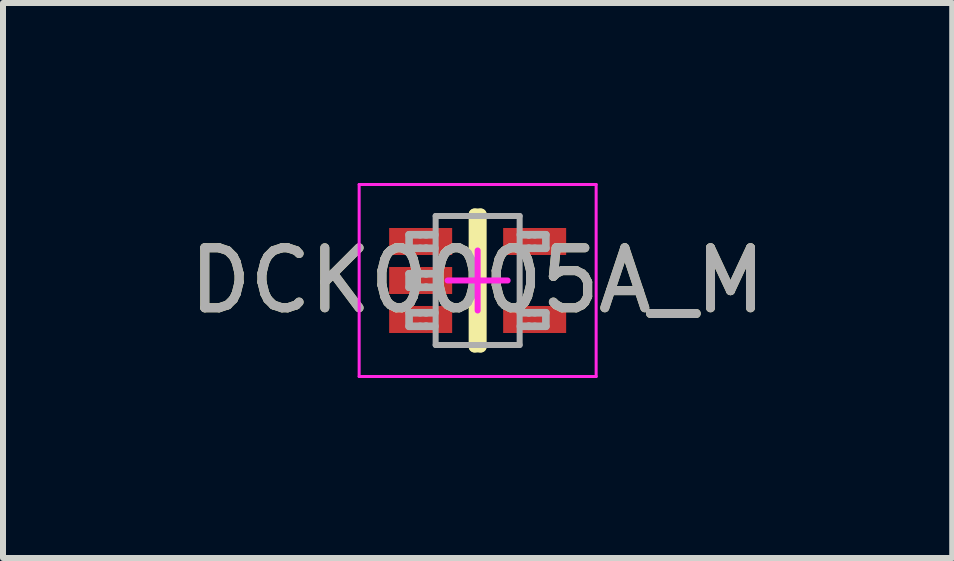
<source format=kicad_pcb>
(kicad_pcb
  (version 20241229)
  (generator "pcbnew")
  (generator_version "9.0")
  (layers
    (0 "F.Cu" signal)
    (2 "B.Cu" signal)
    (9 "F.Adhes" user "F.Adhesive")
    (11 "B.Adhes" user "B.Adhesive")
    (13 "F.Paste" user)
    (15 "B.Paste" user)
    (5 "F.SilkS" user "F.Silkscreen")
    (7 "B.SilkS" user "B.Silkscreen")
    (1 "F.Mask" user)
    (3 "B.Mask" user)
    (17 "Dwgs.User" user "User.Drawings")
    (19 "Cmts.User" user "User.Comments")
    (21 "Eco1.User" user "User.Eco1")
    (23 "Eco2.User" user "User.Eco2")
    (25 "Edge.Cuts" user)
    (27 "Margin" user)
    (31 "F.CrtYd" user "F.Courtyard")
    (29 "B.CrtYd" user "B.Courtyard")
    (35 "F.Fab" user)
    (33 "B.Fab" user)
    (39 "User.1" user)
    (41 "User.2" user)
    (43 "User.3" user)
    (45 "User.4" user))
  (footprint "DCK0005A_M"
    (layer "F.Cu")
    (at 4.911 1.625)
    (property "Reference" "DCK0005A_M" (at 0 0 0) (unlocked yes) (layer "F.SilkS") (effects (font (size 1 1) (thickness 0.15))))
    (attr smd)
    (fp_line (start -0.05 -1.1) (end 0.05 -1.1) (stroke (width 0.2) (type solid)) (layer "F.SilkS"))
    (fp_line (start -0.05 1.1) (end -0.05 -1.1) (stroke (width 0.2) (type solid)) (layer "F.SilkS"))
    (fp_line (start -0.05 1.1) (end 0.05 1.1) (stroke (width 0.2) (type solid)) (layer "F.SilkS"))
    (fp_line (start 0.05 1.1) (end 0.05 -1.1) (stroke (width 0.2) (type solid)) (layer "F.SilkS"))
    (fp_line (start -1.975 -1.6) (end 1.975 -1.6) (stroke (width 0.05) (type solid)) (layer "F.CrtYd"))
    (fp_line (start -1.975 1.6) (end -1.975 -1.6) (stroke (width 0.05) (type solid)) (layer "F.CrtYd"))
    (fp_line (start -1.975 1.6) (end 1.975 1.6) (stroke (width 0.05) (type solid)) (layer "F.CrtYd"))
    (fp_line (start -0.5 0) (end 0.5 0) (stroke (width 0.1) (type solid)) (layer "F.CrtYd"))
    (fp_line (start 0.000003 0.5) (end 0.000003 -0.5) (stroke (width 0.1) (type solid)) (layer "F.CrtYd"))
    (fp_line (start 1.975 1.6) (end 1.975 -1.6) (stroke (width 0.05) (type solid)) (layer "F.CrtYd"))
    (fp_line (start -1.143 -0.762) (end -0.959 -0.762) (stroke (width 0.127) (type solid)) (layer "F.Fab"))
    (fp_line (start -1.143 -0.537) (end -1.143 -0.762) (stroke (width 0.127) (type solid)) (layer "F.Fab"))
    (fp_line (start -1.143 -0.537) (end -0.959 -0.537) (stroke (width 0.127) (type solid)) (layer "F.Fab"))
    (fp_line (start -1.143 -0.112) (end -0.959 -0.112) (stroke (width 0.127) (type solid)) (layer "F.Fab"))
    (fp_line (start -1.143 0.113) (end -1.143 -0.112) (stroke (width 0.127) (type solid)) (layer "F.Fab"))
    (fp_line (start -1.143 0.113) (end -0.959 0.113) (stroke (width 0.127) (type solid)) (layer "F.Fab"))
    (fp_line (start -1.143 0.538) (end -0.959 0.538) (stroke (width 0.127) (type solid)) (layer "F.Fab"))
    (fp_line (start -1.143 0.763) (end -1.143 0.538) (stroke (width 0.127) (type solid)) (layer "F.Fab"))
    (fp_line (start -1.143 0.763) (end -0.959 0.763) (stroke (width 0.127) (type solid)) (layer "F.Fab"))
    (fp_line (start -0.959 -0.762) (end -0.711 -0.762) (stroke (width 0.127) (type solid)) (layer "F.Fab"))
    (fp_line (start -0.959 -0.537) (end -0.865 -0.537) (stroke (width 0.127) (type solid)) (layer "F.Fab"))
    (fp_line (start -0.959 -0.112) (end -0.865 -0.112) (stroke (width 0.127) (type solid)) (layer "F.Fab"))
    (fp_line (start -0.959 0.113) (end -0.865 0.113) (stroke (width 0.127) (type solid)) (layer "F.Fab"))
    (fp_line (start -0.959 0.538) (end -0.865 0.538) (stroke (width 0.127) (type solid)) (layer "F.Fab"))
    (fp_line (start -0.959 0.763) (end -0.865 0.763) (stroke (width 0.127) (type solid)) (layer "F.Fab"))
    (fp_line (start -0.865 -0.762) (end -0.853 -0.762) (stroke (width 0.127) (type solid)) (layer "F.Fab"))
    (fp_line (start -0.865 -0.537) (end -0.853 -0.537) (stroke (width 0.127) (type solid)) (layer "F.Fab"))
    (fp_line (start -0.865 -0.112) (end -0.853 -0.112) (stroke (width 0.127) (type solid)) (layer "F.Fab"))
    (fp_line (start -0.865 0.113) (end -0.853 0.113) (stroke (width 0.127) (type solid)) (layer "F.Fab"))
    (fp_line (start -0.865 0.538) (end -0.853 0.538) (stroke (width 0.127) (type solid)) (layer "F.Fab"))
    (fp_line (start -0.865 0.763) (end -0.853 0.763) (stroke (width 0.127) (type solid)) (layer "F.Fab"))
    (fp_line (start -0.853 -0.537) (end -0.711 -0.537) (stroke (width 0.127) (type solid)) (layer "F.Fab"))
    (fp_line (start -0.853 -0.112) (end -0.711 -0.112) (stroke (width 0.127) (type solid)) (layer "F.Fab"))
    (fp_line (start -0.853 0.113) (end -0.711 0.113) (stroke (width 0.127) (type solid)) (layer "F.Fab"))
    (fp_line (start -0.853 0.538) (end -0.711 0.538) (stroke (width 0.127) (type solid)) (layer "F.Fab"))
    (fp_line (start -0.853 0.763) (end -0.711 0.763) (stroke (width 0.127) (type solid)) (layer "F.Fab"))
    (fp_line (start -0.7 -1.075) (end 0.7 -1.075) (stroke (width 0.1) (type solid)) (layer "F.Fab"))
    (fp_line (start -0.7 1.075) (end -0.7 -1.075) (stroke (width 0.1) (type solid)) (layer "F.Fab"))
    (fp_line (start -0.7 1.075) (end 0.7 1.075) (stroke (width 0.1) (type solid)) (layer "F.Fab"))
    (fp_line (start 0.7 1.075) (end 0.7 -1.075) (stroke (width 0.1) (type solid)) (layer "F.Fab"))
    (fp_line (start 0.711 -0.762) (end 0.847 -0.762) (stroke (width 0.127) (type solid)) (layer "F.Fab"))
    (fp_line (start 0.711 -0.537) (end 0.847 -0.537) (stroke (width 0.127) (type solid)) (layer "F.Fab"))
    (fp_line (start 0.711 0.538) (end 0.847 0.538) (stroke (width 0.127) (type solid)) (layer "F.Fab"))
    (fp_line (start 0.711 0.763) (end 0.847 0.763) (stroke (width 0.127) (type solid)) (layer "F.Fab"))
    (fp_line (start 0.847 -0.762) (end 0.859 -0.762) (stroke (width 0.127) (type solid)) (layer "F.Fab"))
    (fp_line (start 0.847 -0.537) (end 0.859 -0.537) (stroke (width 0.127) (type solid)) (layer "F.Fab"))
    (fp_line (start 0.847 0.538) (end 0.859 0.538) (stroke (width 0.127) (type solid)) (layer "F.Fab"))
    (fp_line (start 0.847 0.763) (end 0.859 0.763) (stroke (width 0.127) (type solid)) (layer "F.Fab"))
    (fp_line (start 0.859 -0.762) (end 0.953 -0.762) (stroke (width 0.127) (type solid)) (layer "F.Fab"))
    (fp_line (start 0.859 -0.537) (end 0.953 -0.537) (stroke (width 0.127) (type solid)) (layer "F.Fab"))
    (fp_line (start 0.859 0.538) (end 0.953 0.538) (stroke (width 0.127) (type solid)) (layer "F.Fab"))
    (fp_line (start 0.859 0.763) (end 0.953 0.763) (stroke (width 0.127) (type solid)) (layer "F.Fab"))
    (fp_line (start 0.953 -0.762) (end 1.137 -0.762) (stroke (width 0.127) (type solid)) (layer "F.Fab"))
    (fp_line (start 0.953 -0.537) (end 1.137 -0.537) (stroke (width 0.127) (type solid)) (layer "F.Fab"))
    (fp_line (start 0.953 0.538) (end 1.137 0.538) (stroke (width 0.127) (type solid)) (layer "F.Fab"))
    (fp_line (start 0.953 0.763) (end 1.137 0.763) (stroke (width 0.127) (type solid)) (layer "F.Fab"))
    (fp_line (start 1.137 -0.537) (end 1.137 -0.762) (stroke (width 0.127) (type solid)) (layer "F.Fab"))
    (fp_line (start 1.137 0.763) (end 1.137 0.538) (stroke (width 0.127) (type solid)) (layer "F.Fab"))
    (fp_text user "${REFERENCE}" (at 0 0 0) (unlocked yes) (layer "F.Fab") (effects (font (size 1 1) (thickness 0.15))))
    (pad "1" smd rect (at -0.95 -0.65 90) (size 0.45 1.05) (layers "F.Cu" "F.Mask" "F.Paste"))
    (pad "2" smd rect (at -0.95 0 90) (size 0.45 1.05) (layers "F.Cu" "F.Mask" "F.Paste"))
    (pad "3" smd rect (at -0.95 0.65 90) (size 0.45 1.05) (layers "F.Cu" "F.Mask" "F.Paste"))
    (pad "4" smd rect (at 0.95 0.65 90) (size 0.45 1.05) (layers "F.Cu" "F.Mask" "F.Paste"))
    (pad "5" smd rect (at 0.95 -0.65 90) (size 0.45 1.05) (layers "F.Cu" "F.Mask" "F.Paste")))
  (gr_rect
    (start -3 -3)
    (end 12.821 6.25)
    (stroke (width 0.1) (type default))
    (fill no)
    (layer "Edge.Cuts")))
</source>
